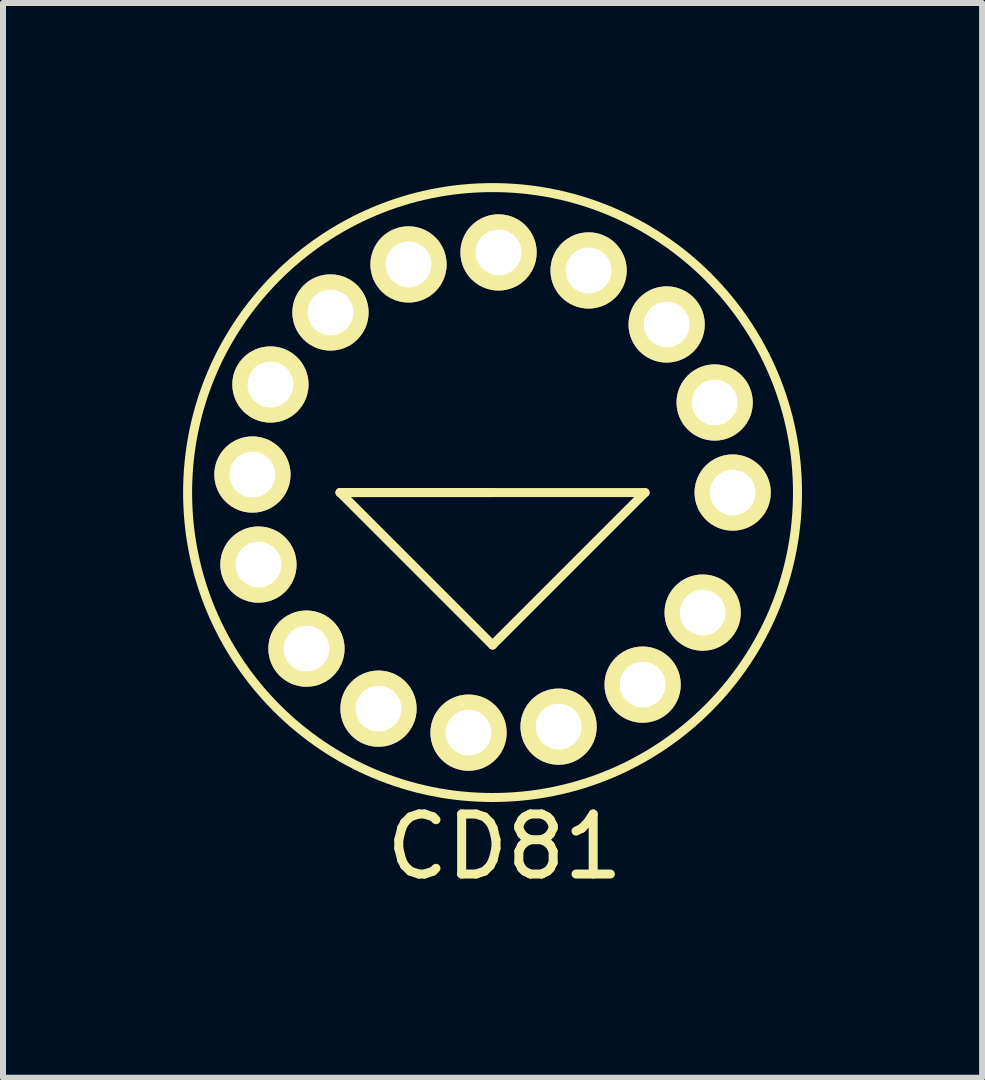
<source format=kicad_pcb>
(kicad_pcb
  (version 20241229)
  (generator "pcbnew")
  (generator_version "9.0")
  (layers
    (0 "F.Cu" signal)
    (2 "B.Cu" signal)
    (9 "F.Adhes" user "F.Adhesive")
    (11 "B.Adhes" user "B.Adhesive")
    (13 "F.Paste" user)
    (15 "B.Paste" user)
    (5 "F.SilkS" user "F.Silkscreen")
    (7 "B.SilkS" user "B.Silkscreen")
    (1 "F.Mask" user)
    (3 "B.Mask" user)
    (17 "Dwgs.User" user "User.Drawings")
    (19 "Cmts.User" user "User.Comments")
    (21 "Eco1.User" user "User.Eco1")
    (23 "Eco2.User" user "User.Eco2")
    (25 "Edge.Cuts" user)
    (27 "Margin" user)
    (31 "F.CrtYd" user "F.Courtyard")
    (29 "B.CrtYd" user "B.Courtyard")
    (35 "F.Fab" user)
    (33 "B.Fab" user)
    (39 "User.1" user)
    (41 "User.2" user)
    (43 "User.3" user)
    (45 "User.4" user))
  (footprint "CD81"
    (layer "F.Cu")
    (at 5.155 5.155)
    (property "Reference" "CD81" (at 0.2 5.9 0) (layer "F.SilkS") (effects (font (size 1 1) (thickness 0.15))))
    (attr through_hole)
    (fp_line (start -2.54 0) (end 0 0) (stroke (width 0.15) (type solid)) (layer "F.SilkS"))
    (fp_line (start -2.54 0) (end 2.54 0) (stroke (width 0.15) (type solid)) (layer "F.SilkS"))
    (fp_line (start 0 2.54) (end -2.54 0) (stroke (width 0.15) (type solid)) (layer "F.SilkS"))
    (fp_line (start 2.54 0) (end 0 2.54) (stroke (width 0.15) (type solid)) (layer "F.SilkS"))
    (fp_circle (center 0 0) (end 5.08 0) (stroke (width 0.15) (type solid)) (fill no) (layer "F.SilkS"))
    (pad "1" thru_hole circle (at -0.4 4) (size 1.27 1.27) (drill 0.762) (layers "*.Cu" "*.Mask" "F.SilkS"))
    (pad "2" thru_hole circle (at -1.9 3.6) (size 1.27 1.27) (drill 0.762) (layers "*.Cu" "*.Mask" "F.SilkS"))
    (pad "3" thru_hole circle (at -3.1 2.6) (size 1.27 1.27) (drill 0.762) (layers "*.Cu" "*.Mask" "F.SilkS"))
    (pad "4" thru_hole circle (at -3.9 1.2) (size 1.27 1.27) (drill 0.762) (layers "*.Cu" "*.Mask" "F.SilkS"))
    (pad "5" thru_hole circle (at -4 -0.3) (size 1.27 1.27) (drill 0.762) (layers "*.Cu" "*.Mask" "F.SilkS"))
    (pad "6" thru_hole circle (at -3.7 -1.8) (size 1.27 1.27) (drill 0.762) (layers "*.Cu" "*.Mask" "F.SilkS"))
    (pad "7" thru_hole circle (at -2.7 -3) (size 1.27 1.27) (drill 0.762) (layers "*.Cu" "*.Mask" "F.SilkS"))
    (pad "8" thru_hole circle (at -1.4 -3.8) (size 1.27 1.27) (drill 0.762) (layers "*.Cu" "*.Mask" "F.SilkS"))
    (pad "9" thru_hole circle (at 0.1 -4) (size 1.27 1.27) (drill 0.762) (layers "*.Cu" "*.Mask" "F.SilkS"))
    (pad "10" thru_hole circle (at 1.6 -3.7) (size 1.27 1.27) (drill 0.762) (layers "*.Cu" "*.Mask" "F.SilkS"))
    (pad "11" thru_hole circle (at 2.9 -2.8) (size 1.27 1.27) (drill 0.762) (layers "*.Cu" "*.Mask" "F.SilkS"))
    (pad "12" thru_hole circle (at 3.7 -1.5) (size 1.27 1.27) (drill 0.762) (layers "*.Cu" "*.Mask" "F.SilkS"))
    (pad "13" thru_hole circle (at 4 0) (size 1.27 1.27) (drill 0.762) (layers "*.Cu" "*.Mask" "F.SilkS"))
    (pad "14" thru_hole circle (at 3.5 2) (size 1.27 1.27) (drill 0.762) (layers "*.Cu" "*.Mask" "F.SilkS"))
    (pad "15" thru_hole circle (at 2.5 3.2) (size 1.27 1.27) (drill 0.762) (layers "*.Cu" "*.Mask" "F.SilkS"))
    (pad "16" thru_hole circle (at 1.1 3.9) (size 1.27 1.27) (drill 0.762) (layers "*.Cu" "*.Mask" "F.SilkS")))
  (gr_rect
    (start -3 -3)
    (end 13.31 14.903)
    (stroke (width 0.1) (type default))
    (fill no)
    (layer "Edge.Cuts")))
</source>
